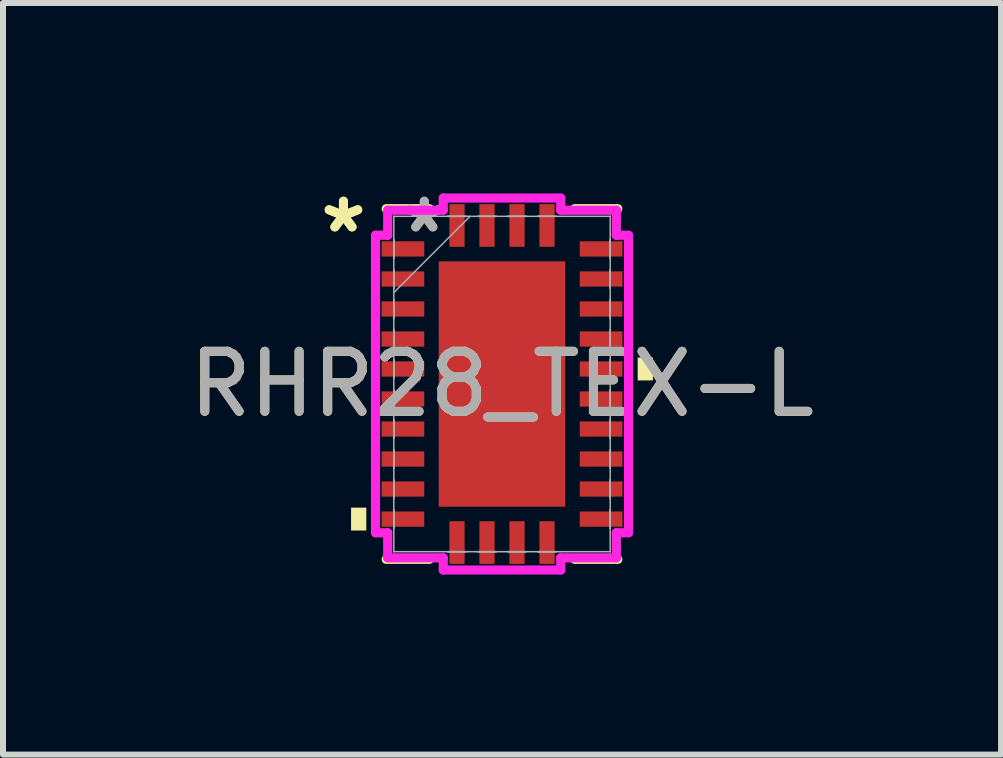
<source format=kicad_pcb>
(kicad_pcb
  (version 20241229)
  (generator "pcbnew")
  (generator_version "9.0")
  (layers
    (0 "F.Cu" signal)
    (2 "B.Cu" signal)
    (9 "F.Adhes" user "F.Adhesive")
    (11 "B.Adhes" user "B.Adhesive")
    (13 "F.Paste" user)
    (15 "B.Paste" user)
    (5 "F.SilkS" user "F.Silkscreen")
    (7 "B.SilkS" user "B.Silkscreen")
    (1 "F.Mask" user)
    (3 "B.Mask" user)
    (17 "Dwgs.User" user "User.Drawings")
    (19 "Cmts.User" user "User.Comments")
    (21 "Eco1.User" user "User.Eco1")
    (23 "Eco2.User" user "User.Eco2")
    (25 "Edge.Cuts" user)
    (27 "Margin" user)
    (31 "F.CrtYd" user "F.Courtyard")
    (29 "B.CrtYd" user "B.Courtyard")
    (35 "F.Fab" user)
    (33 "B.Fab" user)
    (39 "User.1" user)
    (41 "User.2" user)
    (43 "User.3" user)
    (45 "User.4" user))
  (footprint "RHR28_TEX-L"
    (layer "F.Cu")
    (at 5.315 3.349)
    (property "Reference" "RHR28_TEX-L" (at 0 0 0) (unlocked yes) (layer "F.SilkS") (effects (font (size 1 1) (thickness 0.15))))
    (attr smd)
    (fp_line (start -1.93 2.921) (end -1.21 2.921) (stroke (width 0.152) (type solid)) (layer "F.SilkS"))
    (fp_line (start -1.21 -2.921) (end -1.93 -2.921) (stroke (width 0.152) (type solid)) (layer "F.SilkS"))
    (fp_line (start 1.21 2.921) (end 1.93 2.921) (stroke (width 0.152) (type solid)) (layer "F.SilkS"))
    (fp_line (start 1.93 -2.921) (end 1.21 -2.921) (stroke (width 0.152) (type solid)) (layer "F.SilkS"))
    (fp_poly (pts (xy -2.515 2.06) (xy -2.515 2.441) (xy -2.261 2.441) (xy -2.261 2.06)) (stroke (width 0) (type solid)) (fill yes) (layer "F.SilkS"))
    (fp_poly (pts (xy 2.515 -0.441) (xy 2.515 -0.06) (xy 2.261 -0.06) (xy 2.261 -0.441)) (stroke (width 0) (type solid)) (fill yes) (layer "F.SilkS"))
    (fp_poly (pts (xy -0.954 -1.945) (xy -0.954 -0.782) (xy 0.954 -0.782) (xy 0.954 -1.945)) (stroke (width 0) (type solid)) (fill yes) (layer "F.Paste"))
    (fp_poly (pts (xy -0.954 -0.582) (xy -0.954 0.582) (xy 0.954 0.582) (xy 0.954 -0.582)) (stroke (width 0) (type solid)) (fill yes) (layer "F.Paste"))
    (fp_poly (pts (xy -0.954 0.782) (xy -0.954 1.945) (xy 0.954 1.945) (xy 0.954 0.782)) (stroke (width 0) (type solid)) (fill yes) (layer "F.Paste"))
    (fp_line (start -2.108 -2.479) (end -1.905 -2.479) (stroke (width 0.152) (type solid)) (layer "F.CrtYd"))
    (fp_line (start -2.108 2.479) (end -2.108 -2.479) (stroke (width 0.152) (type solid)) (layer "F.CrtYd"))
    (fp_line (start -1.905 -2.896) (end -0.979 -2.896) (stroke (width 0.152) (type solid)) (layer "F.CrtYd"))
    (fp_line (start -1.905 -2.479) (end -1.905 -2.896) (stroke (width 0.152) (type solid)) (layer "F.CrtYd"))
    (fp_line (start -1.905 2.479) (end -2.108 2.479) (stroke (width 0.152) (type solid)) (layer "F.CrtYd"))
    (fp_line (start -1.905 2.896) (end -1.905 2.479) (stroke (width 0.152) (type solid)) (layer "F.CrtYd"))
    (fp_line (start -0.979 -3.099) (end 0.979 -3.099) (stroke (width 0.152) (type solid)) (layer "F.CrtYd"))
    (fp_line (start -0.979 -2.896) (end -0.979 -3.099) (stroke (width 0.152) (type solid)) (layer "F.CrtYd"))
    (fp_line (start -0.979 2.896) (end -1.905 2.896) (stroke (width 0.152) (type solid)) (layer "F.CrtYd"))
    (fp_line (start -0.979 3.099) (end -0.979 2.896) (stroke (width 0.152) (type solid)) (layer "F.CrtYd"))
    (fp_line (start 0.979 -3.099) (end 0.979 -2.896) (stroke (width 0.152) (type solid)) (layer "F.CrtYd"))
    (fp_line (start 0.979 -2.896) (end 1.905 -2.896) (stroke (width 0.152) (type solid)) (layer "F.CrtYd"))
    (fp_line (start 0.979 2.896) (end 0.979 3.099) (stroke (width 0.152) (type solid)) (layer "F.CrtYd"))
    (fp_line (start 0.979 3.099) (end -0.979 3.099) (stroke (width 0.152) (type solid)) (layer "F.CrtYd"))
    (fp_line (start 1.905 -2.896) (end 1.905 -2.479) (stroke (width 0.152) (type solid)) (layer "F.CrtYd"))
    (fp_line (start 1.905 -2.479) (end 2.108 -2.479) (stroke (width 0.152) (type solid)) (layer "F.CrtYd"))
    (fp_line (start 1.905 2.479) (end 1.905 2.896) (stroke (width 0.152) (type solid)) (layer "F.CrtYd"))
    (fp_line (start 1.905 2.896) (end 0.979 2.896) (stroke (width 0.152) (type solid)) (layer "F.CrtYd"))
    (fp_line (start 2.108 -2.479) (end 2.108 2.479) (stroke (width 0.152) (type solid)) (layer "F.CrtYd"))
    (fp_line (start 2.108 2.479) (end 1.905 2.479) (stroke (width 0.152) (type solid)) (layer "F.CrtYd"))
    (fp_line (start -1.803 -2.794) (end -1.803 -2.794) (stroke (width 0.025) (type solid)) (layer "F.Fab"))
    (fp_line (start -1.803 -2.794) (end -1.803 2.794) (stroke (width 0.025) (type solid)) (layer "F.Fab"))
    (fp_line (start -1.803 -2.403) (end -1.803 -2.403) (stroke (width 0.025) (type solid)) (layer "F.Fab"))
    (fp_line (start -1.803 -2.403) (end -1.803 -2.098) (stroke (width 0.025) (type solid)) (layer "F.Fab"))
    (fp_line (start -1.803 -2.098) (end -1.803 -2.403) (stroke (width 0.025) (type solid)) (layer "F.Fab"))
    (fp_line (start -1.803 -2.098) (end -1.803 -2.098) (stroke (width 0.025) (type solid)) (layer "F.Fab"))
    (fp_line (start -1.803 -1.903) (end -1.803 -1.903) (stroke (width 0.025) (type solid)) (layer "F.Fab"))
    (fp_line (start -1.803 -1.903) (end -1.803 -1.598) (stroke (width 0.025) (type solid)) (layer "F.Fab"))
    (fp_line (start -1.803 -1.598) (end -1.803 -1.903) (stroke (width 0.025) (type solid)) (layer "F.Fab"))
    (fp_line (start -1.803 -1.598) (end -1.803 -1.598) (stroke (width 0.025) (type solid)) (layer "F.Fab"))
    (fp_line (start -1.803 -1.524) (end -0.533 -2.794) (stroke (width 0.025) (type solid)) (layer "F.Fab"))
    (fp_line (start -1.803 -1.403) (end -1.803 -1.403) (stroke (width 0.025) (type solid)) (layer "F.Fab"))
    (fp_line (start -1.803 -1.403) (end -1.803 -1.098) (stroke (width 0.025) (type solid)) (layer "F.Fab"))
    (fp_line (start -1.803 -1.098) (end -1.803 -1.403) (stroke (width 0.025) (type solid)) (layer "F.Fab"))
    (fp_line (start -1.803 -1.098) (end -1.803 -1.098) (stroke (width 0.025) (type solid)) (layer "F.Fab"))
    (fp_line (start -1.803 -0.903) (end -1.803 -0.903) (stroke (width 0.025) (type solid)) (layer "F.Fab"))
    (fp_line (start -1.803 -0.903) (end -1.803 -0.598) (stroke (width 0.025) (type solid)) (layer "F.Fab"))
    (fp_line (start -1.803 -0.598) (end -1.803 -0.903) (stroke (width 0.025) (type solid)) (layer "F.Fab"))
    (fp_line (start -1.803 -0.598) (end -1.803 -0.598) (stroke (width 0.025) (type solid)) (layer "F.Fab"))
    (fp_line (start -1.803 -0.402) (end -1.803 -0.402) (stroke (width 0.025) (type solid)) (layer "F.Fab"))
    (fp_line (start -1.803 -0.402) (end -1.803 -0.098) (stroke (width 0.025) (type solid)) (layer "F.Fab"))
    (fp_line (start -1.803 -0.098) (end -1.803 -0.402) (stroke (width 0.025) (type solid)) (layer "F.Fab"))
    (fp_line (start -1.803 -0.098) (end -1.803 -0.098) (stroke (width 0.025) (type solid)) (layer "F.Fab"))
    (fp_line (start -1.803 0.098) (end -1.803 0.098) (stroke (width 0.025) (type solid)) (layer "F.Fab"))
    (fp_line (start -1.803 0.098) (end -1.803 0.402) (stroke (width 0.025) (type solid)) (layer "F.Fab"))
    (fp_line (start -1.803 0.402) (end -1.803 0.098) (stroke (width 0.025) (type solid)) (layer "F.Fab"))
    (fp_line (start -1.803 0.402) (end -1.803 0.402) (stroke (width 0.025) (type solid)) (layer "F.Fab"))
    (fp_line (start -1.803 0.598) (end -1.803 0.598) (stroke (width 0.025) (type solid)) (layer "F.Fab"))
    (fp_line (start -1.803 0.598) (end -1.803 0.903) (stroke (width 0.025) (type solid)) (layer "F.Fab"))
    (fp_line (start -1.803 0.903) (end -1.803 0.598) (stroke (width 0.025) (type solid)) (layer "F.Fab"))
    (fp_line (start -1.803 0.903) (end -1.803 0.903) (stroke (width 0.025) (type solid)) (layer "F.Fab"))
    (fp_line (start -1.803 1.098) (end -1.803 1.098) (stroke (width 0.025) (type solid)) (layer "F.Fab"))
    (fp_line (start -1.803 1.098) (end -1.803 1.403) (stroke (width 0.025) (type solid)) (layer "F.Fab"))
    (fp_line (start -1.803 1.403) (end -1.803 1.098) (stroke (width 0.025) (type solid)) (layer "F.Fab"))
    (fp_line (start -1.803 1.403) (end -1.803 1.403) (stroke (width 0.025) (type solid)) (layer "F.Fab"))
    (fp_line (start -1.803 1.598) (end -1.803 1.598) (stroke (width 0.025) (type solid)) (layer "F.Fab"))
    (fp_line (start -1.803 1.598) (end -1.803 1.903) (stroke (width 0.025) (type solid)) (layer "F.Fab"))
    (fp_line (start -1.803 1.903) (end -1.803 1.598) (stroke (width 0.025) (type solid)) (layer "F.Fab"))
    (fp_line (start -1.803 1.903) (end -1.803 1.903) (stroke (width 0.025) (type solid)) (layer "F.Fab"))
    (fp_line (start -1.803 2.098) (end -1.803 2.098) (stroke (width 0.025) (type solid)) (layer "F.Fab"))
    (fp_line (start -1.803 2.098) (end -1.803 2.403) (stroke (width 0.025) (type solid)) (layer "F.Fab"))
    (fp_line (start -1.803 2.403) (end -1.803 2.098) (stroke (width 0.025) (type solid)) (layer "F.Fab"))
    (fp_line (start -1.803 2.403) (end -1.803 2.403) (stroke (width 0.025) (type solid)) (layer "F.Fab"))
    (fp_line (start -1.803 2.794) (end -1.803 2.794) (stroke (width 0.025) (type solid)) (layer "F.Fab"))
    (fp_line (start -1.803 2.794) (end 1.803 2.794) (stroke (width 0.025) (type solid)) (layer "F.Fab"))
    (fp_line (start -0.903 -2.794) (end -0.903 -2.794) (stroke (width 0.025) (type solid)) (layer "F.Fab"))
    (fp_line (start -0.903 -2.794) (end -0.598 -2.794) (stroke (width 0.025) (type solid)) (layer "F.Fab"))
    (fp_line (start -0.903 2.794) (end -0.903 2.794) (stroke (width 0.025) (type solid)) (layer "F.Fab"))
    (fp_line (start -0.903 2.794) (end -0.598 2.794) (stroke (width 0.025) (type solid)) (layer "F.Fab"))
    (fp_line (start -0.598 -2.794) (end -0.903 -2.794) (stroke (width 0.025) (type solid)) (layer "F.Fab"))
    (fp_line (start -0.598 -2.794) (end -0.598 -2.794) (stroke (width 0.025) (type solid)) (layer "F.Fab"))
    (fp_line (start -0.598 2.794) (end -0.903 2.794) (stroke (width 0.025) (type solid)) (layer "F.Fab"))
    (fp_line (start -0.598 2.794) (end -0.598 2.794) (stroke (width 0.025) (type solid)) (layer "F.Fab"))
    (fp_line (start -0.402 -2.794) (end -0.402 -2.794) (stroke (width 0.025) (type solid)) (layer "F.Fab"))
    (fp_line (start -0.402 -2.794) (end -0.098 -2.794) (stroke (width 0.025) (type solid)) (layer "F.Fab"))
    (fp_line (start -0.402 2.794) (end -0.402 2.794) (stroke (width 0.025) (type solid)) (layer "F.Fab"))
    (fp_line (start -0.402 2.794) (end -0.098 2.794) (stroke (width 0.025) (type solid)) (layer "F.Fab"))
    (fp_line (start -0.098 -2.794) (end -0.402 -2.794) (stroke (width 0.025) (type solid)) (layer "F.Fab"))
    (fp_line (start -0.098 -2.794) (end -0.098 -2.794) (stroke (width 0.025) (type solid)) (layer "F.Fab"))
    (fp_line (start -0.098 2.794) (end -0.402 2.794) (stroke (width 0.025) (type solid)) (layer "F.Fab"))
    (fp_line (start -0.098 2.794) (end -0.098 2.794) (stroke (width 0.025) (type solid)) (layer "F.Fab"))
    (fp_line (start 0.098 -2.794) (end 0.098 -2.794) (stroke (width 0.025) (type solid)) (layer "F.Fab"))
    (fp_line (start 0.098 -2.794) (end 0.402 -2.794) (stroke (width 0.025) (type solid)) (layer "F.Fab"))
    (fp_line (start 0.098 2.794) (end 0.098 2.794) (stroke (width 0.025) (type solid)) (layer "F.Fab"))
    (fp_line (start 0.098 2.794) (end 0.402 2.794) (stroke (width 0.025) (type solid)) (layer "F.Fab"))
    (fp_line (start 0.402 -2.794) (end 0.098 -2.794) (stroke (width 0.025) (type solid)) (layer "F.Fab"))
    (fp_line (start 0.402 -2.794) (end 0.402 -2.794) (stroke (width 0.025) (type solid)) (layer "F.Fab"))
    (fp_line (start 0.402 2.794) (end 0.098 2.794) (stroke (width 0.025) (type solid)) (layer "F.Fab"))
    (fp_line (start 0.402 2.794) (end 0.402 2.794) (stroke (width 0.025) (type solid)) (layer "F.Fab"))
    (fp_line (start 0.598 -2.794) (end 0.598 -2.794) (stroke (width 0.025) (type solid)) (layer "F.Fab"))
    (fp_line (start 0.598 -2.794) (end 0.903 -2.794) (stroke (width 0.025) (type solid)) (layer "F.Fab"))
    (fp_line (start 0.598 2.794) (end 0.598 2.794) (stroke (width 0.025) (type solid)) (layer "F.Fab"))
    (fp_line (start 0.598 2.794) (end 0.903 2.794) (stroke (width 0.025) (type solid)) (layer "F.Fab"))
    (fp_line (start 0.903 -2.794) (end 0.598 -2.794) (stroke (width 0.025) (type solid)) (layer "F.Fab"))
    (fp_line (start 0.903 -2.794) (end 0.903 -2.794) (stroke (width 0.025) (type solid)) (layer "F.Fab"))
    (fp_line (start 0.903 2.794) (end 0.598 2.794) (stroke (width 0.025) (type solid)) (layer "F.Fab"))
    (fp_line (start 0.903 2.794) (end 0.903 2.794) (stroke (width 0.025) (type solid)) (layer "F.Fab"))
    (fp_line (start 1.803 -2.794) (end -1.803 -2.794) (stroke (width 0.025) (type solid)) (layer "F.Fab"))
    (fp_line (start 1.803 -2.794) (end 1.803 -2.794) (stroke (width 0.025) (type solid)) (layer "F.Fab"))
    (fp_line (start 1.803 -2.403) (end 1.803 -2.403) (stroke (width 0.025) (type solid)) (layer "F.Fab"))
    (fp_line (start 1.803 -2.403) (end 1.803 -2.098) (stroke (width 0.025) (type solid)) (layer "F.Fab"))
    (fp_line (start 1.803 -2.098) (end 1.803 -2.403) (stroke (width 0.025) (type solid)) (layer "F.Fab"))
    (fp_line (start 1.803 -2.098) (end 1.803 -2.098) (stroke (width 0.025) (type solid)) (layer "F.Fab"))
    (fp_line (start 1.803 -1.903) (end 1.803 -1.903) (stroke (width 0.025) (type solid)) (layer "F.Fab"))
    (fp_line (start 1.803 -1.903) (end 1.803 -1.598) (stroke (width 0.025) (type solid)) (layer "F.Fab"))
    (fp_line (start 1.803 -1.598) (end 1.803 -1.903) (stroke (width 0.025) (type solid)) (layer "F.Fab"))
    (fp_line (start 1.803 -1.598) (end 1.803 -1.598) (stroke (width 0.025) (type solid)) (layer "F.Fab"))
    (fp_line (start 1.803 -1.403) (end 1.803 -1.403) (stroke (width 0.025) (type solid)) (layer "F.Fab"))
    (fp_line (start 1.803 -1.403) (end 1.803 -1.098) (stroke (width 0.025) (type solid)) (layer "F.Fab"))
    (fp_line (start 1.803 -1.098) (end 1.803 -1.403) (stroke (width 0.025) (type solid)) (layer "F.Fab"))
    (fp_line (start 1.803 -1.098) (end 1.803 -1.098) (stroke (width 0.025) (type solid)) (layer "F.Fab"))
    (fp_line (start 1.803 -0.903) (end 1.803 -0.903) (stroke (width 0.025) (type solid)) (layer "F.Fab"))
    (fp_line (start 1.803 -0.903) (end 1.803 -0.598) (stroke (width 0.025) (type solid)) (layer "F.Fab"))
    (fp_line (start 1.803 -0.598) (end 1.803 -0.903) (stroke (width 0.025) (type solid)) (layer "F.Fab"))
    (fp_line (start 1.803 -0.598) (end 1.803 -0.598) (stroke (width 0.025) (type solid)) (layer "F.Fab"))
    (fp_line (start 1.803 -0.402) (end 1.803 -0.402) (stroke (width 0.025) (type solid)) (layer "F.Fab"))
    (fp_line (start 1.803 -0.402) (end 1.803 -0.098) (stroke (width 0.025) (type solid)) (layer "F.Fab"))
    (fp_line (start 1.803 -0.098) (end 1.803 -0.402) (stroke (width 0.025) (type solid)) (layer "F.Fab"))
    (fp_line (start 1.803 -0.098) (end 1.803 -0.098) (stroke (width 0.025) (type solid)) (layer "F.Fab"))
    (fp_line (start 1.803 0.098) (end 1.803 0.098) (stroke (width 0.025) (type solid)) (layer "F.Fab"))
    (fp_line (start 1.803 0.098) (end 1.803 0.402) (stroke (width 0.025) (type solid)) (layer "F.Fab"))
    (fp_line (start 1.803 0.402) (end 1.803 0.098) (stroke (width 0.025) (type solid)) (layer "F.Fab"))
    (fp_line (start 1.803 0.402) (end 1.803 0.402) (stroke (width 0.025) (type solid)) (layer "F.Fab"))
    (fp_line (start 1.803 0.598) (end 1.803 0.598) (stroke (width 0.025) (type solid)) (layer "F.Fab"))
    (fp_line (start 1.803 0.598) (end 1.803 0.903) (stroke (width 0.025) (type solid)) (layer "F.Fab"))
    (fp_line (start 1.803 0.903) (end 1.803 0.598) (stroke (width 0.025) (type solid)) (layer "F.Fab"))
    (fp_line (start 1.803 0.903) (end 1.803 0.903) (stroke (width 0.025) (type solid)) (layer "F.Fab"))
    (fp_line (start 1.803 1.098) (end 1.803 1.098) (stroke (width 0.025) (type solid)) (layer "F.Fab"))
    (fp_line (start 1.803 1.098) (end 1.803 1.403) (stroke (width 0.025) (type solid)) (layer "F.Fab"))
    (fp_line (start 1.803 1.403) (end 1.803 1.098) (stroke (width 0.025) (type solid)) (layer "F.Fab"))
    (fp_line (start 1.803 1.403) (end 1.803 1.403) (stroke (width 0.025) (type solid)) (layer "F.Fab"))
    (fp_line (start 1.803 1.598) (end 1.803 1.598) (stroke (width 0.025) (type solid)) (layer "F.Fab"))
    (fp_line (start 1.803 1.598) (end 1.803 1.903) (stroke (width 0.025) (type solid)) (layer "F.Fab"))
    (fp_line (start 1.803 1.903) (end 1.803 1.598) (stroke (width 0.025) (type solid)) (layer "F.Fab"))
    (fp_line (start 1.803 1.903) (end 1.803 1.903) (stroke (width 0.025) (type solid)) (layer "F.Fab"))
    (fp_line (start 1.803 2.098) (end 1.803 2.098) (stroke (width 0.025) (type solid)) (layer "F.Fab"))
    (fp_line (start 1.803 2.098) (end 1.803 2.403) (stroke (width 0.025) (type solid)) (layer "F.Fab"))
    (fp_line (start 1.803 2.403) (end 1.803 2.098) (stroke (width 0.025) (type solid)) (layer "F.Fab"))
    (fp_line (start 1.803 2.403) (end 1.803 2.403) (stroke (width 0.025) (type solid)) (layer "F.Fab"))
    (fp_line (start 1.803 2.794) (end 1.803 -2.794) (stroke (width 0.025) (type solid)) (layer "F.Fab"))
    (fp_line (start 1.803 2.794) (end 1.803 2.794) (stroke (width 0.025) (type solid)) (layer "F.Fab"))
    (fp_text user "*" (at -2.642 -2.501 0) (layer "F.SilkS") (effects (font (size 1 1) (thickness 0.15))))
    (fp_text user "*" (at -2.642 -2.501 0) (unlocked yes) (layer "F.SilkS") (effects (font (size 1 1) (thickness 0.15))))
    (fp_text user "*" (at -1.295 -2.501 0) (layer "F.Fab") (effects (font (size 1 1) (thickness 0.15))))
    (fp_text user "${REFERENCE}" (at 0 0 0) (unlocked yes) (layer "F.Fab") (effects (font (size 1 1) (thickness 0.15))))
    (fp_text user "*" (at -1.295 -2.501 0) (unlocked yes) (layer "F.Fab") (effects (font (size 1 1) (thickness 0.15))))
    (pad "1" smd rect (at -1.651 -2.251 90) (size 0.254 0.711) (layers "F.Cu" "F.Mask" "F.Paste"))
    (pad "2" smd rect (at -1.651 -1.75 90) (size 0.254 0.711) (layers "F.Cu" "F.Mask" "F.Paste"))
    (pad "3" smd rect (at -1.651 -1.25 90) (size 0.254 0.711) (layers "F.Cu" "F.Mask" "F.Paste"))
    (pad "4" smd rect (at -1.651 -0.75 90) (size 0.254 0.711) (layers "F.Cu" "F.Mask" "F.Paste"))
    (pad "5" smd rect (at -1.651 -0.25 90) (size 0.254 0.711) (layers "F.Cu" "F.Mask" "F.Paste"))
    (pad "6" smd rect (at -1.651 0.25 90) (size 0.254 0.711) (layers "F.Cu" "F.Mask" "F.Paste"))
    (pad "7" smd rect (at -1.651 0.75 90) (size 0.254 0.711) (layers "F.Cu" "F.Mask" "F.Paste"))
    (pad "8" smd rect (at -1.651 1.25 90) (size 0.254 0.711) (layers "F.Cu" "F.Mask" "F.Paste"))
    (pad "9" smd rect (at -1.651 1.75 90) (size 0.254 0.711) (layers "F.Cu" "F.Mask" "F.Paste"))
    (pad "10" smd rect (at -1.651 2.251 90) (size 0.254 0.711) (layers "F.Cu" "F.Mask" "F.Paste"))
    (pad "11" smd rect (at -0.75 2.642) (size 0.254 0.711) (layers "F.Cu" "F.Mask" "F.Paste"))
    (pad "12" smd rect (at -0.25 2.642) (size 0.254 0.711) (layers "F.Cu" "F.Mask" "F.Paste"))
    (pad "13" smd rect (at 0.25 2.642) (size 0.254 0.711) (layers "F.Cu" "F.Mask" "F.Paste"))
    (pad "14" smd rect (at 0.75 2.642) (size 0.254 0.711) (layers "F.Cu" "F.Mask" "F.Paste"))
    (pad "15" smd rect (at 1.651 2.251 90) (size 0.254 0.711) (layers "F.Cu" "F.Mask" "F.Paste"))
    (pad "16" smd rect (at 1.651 1.75 90) (size 0.254 0.711) (layers "F.Cu" "F.Mask" "F.Paste"))
    (pad "17" smd rect (at 1.651 1.25 90) (size 0.254 0.711) (layers "F.Cu" "F.Mask" "F.Paste"))
    (pad "18" smd rect (at 1.651 0.75 90) (size 0.254 0.711) (layers "F.Cu" "F.Mask" "F.Paste"))
    (pad "19" smd rect (at 1.651 0.25 90) (size 0.254 0.711) (layers "F.Cu" "F.Mask" "F.Paste"))
    (pad "20" smd rect (at 1.651 -0.25 90) (size 0.254 0.711) (layers "F.Cu" "F.Mask" "F.Paste"))
    (pad "21" smd rect (at 1.651 -0.75 90) (size 0.254 0.711) (layers "F.Cu" "F.Mask" "F.Paste"))
    (pad "22" smd rect (at 1.651 -1.25 90) (size 0.254 0.711) (layers "F.Cu" "F.Mask" "F.Paste"))
    (pad "23" smd rect (at 1.651 -1.75 90) (size 0.254 0.711) (layers "F.Cu" "F.Mask" "F.Paste"))
    (pad "24" smd rect (at 1.651 -2.251 90) (size 0.254 0.711) (layers "F.Cu" "F.Mask" "F.Paste"))
    (pad "25" smd rect (at 0.75 -2.642) (size 0.254 0.711) (layers "F.Cu" "F.Mask" "F.Paste"))
    (pad "26" smd rect (at 0.25 -2.642) (size 0.254 0.711) (layers "F.Cu" "F.Mask" "F.Paste"))
    (pad "27" smd rect (at -0.25 -2.642) (size 0.254 0.711) (layers "F.Cu" "F.Mask" "F.Paste"))
    (pad "28" smd rect (at -0.75 -2.642) (size 0.254 0.711) (layers "F.Cu" "F.Mask" "F.Paste"))
    (pad "29" smd rect (at 0 0) (size 2.108 4.089) (layers "F.Cu" "F.Mask" "F.Paste")))
  (gr_rect
    (start -3 -3)
    (end 13.631 9.524)
    (stroke (width 0.1) (type default))
    (fill no)
    (layer "Edge.Cuts")))
</source>
